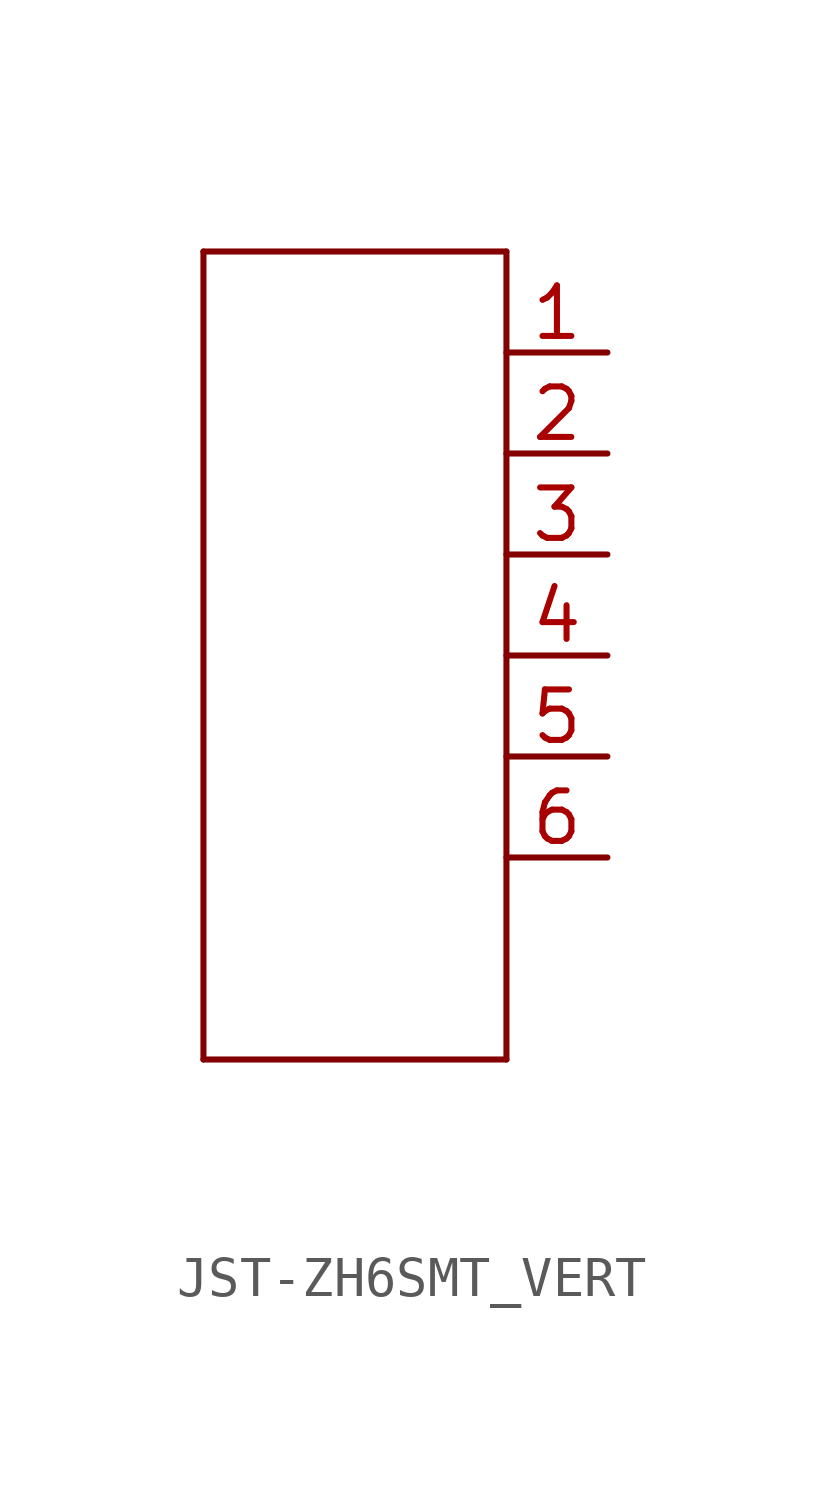
<source format=kicad_sym>
(kicad_symbol_lib
  (version 20220914)
  (generator kicad_symbol_editor)
  (symbol "JST-ZH6SMT_VERT"
    (property "Reference" ""
      (at -5.08 10.922 0)
      (effects (font (size 1.778 1.511)) (justify left bottom) hide))
    (property "Value" ""
      (at -5.08 -12.446 0)
      (effects (font (size 1.778 1.511)) (justify left bottom)))
    (property "ki_locked" ""
      (at 0 0 0)
      (effects (font (size 1.27 1.27))))
    (symbol "JST-ZH6SMT_VERT_1_0"
      (polyline (pts (xy -5.08 -10.16) (xy 2.54 -10.16)) (stroke (width 0.152) (type solid)) (fill (type none)))
      (polyline (pts (xy -5.08 10.16) (xy -5.08 -10.16)) (stroke (width 0.152) (type solid)) (fill (type none)))
      (polyline (pts (xy 2.54 -10.16) (xy 2.54 10.16)) (stroke (width 0.152) (type solid)) (fill (type none)))
      (polyline (pts (xy 2.54 10.16) (xy -5.08 10.16)) (stroke (width 0.152) (type solid)) (fill (type none)))
      (pin passive line (at 5.08 7.62 180) (length 2.54) (name "1" (effects (font (size 0 0)))) (number "1" (effects (font (size 1.27 1.27)))))
      (pin passive line (at 5.08 5.08 180) (length 2.54) (name "2" (effects (font (size 0 0)))) (number "2" (effects (font (size 1.27 1.27)))))
      (pin passive line (at 5.08 2.54 180) (length 2.54) (name "3" (effects (font (size 0 0)))) (number "3" (effects (font (size 1.27 1.27)))))
      (pin passive line (at 5.08 0 180) (length 2.54) (name "4" (effects (font (size 0 0)))) (number "4" (effects (font (size 1.27 1.27)))))
      (pin passive line (at 5.08 -2.54 180) (length 2.54) (name "5" (effects (font (size 0 0)))) (number "5" (effects (font (size 1.27 1.27)))))
      (pin passive line (at 5.08 -5.08 180) (length 2.54) (name "6" (effects (font (size 0 0)))) (number "6" (effects (font (size 1.27 1.27))))))))
</source>
